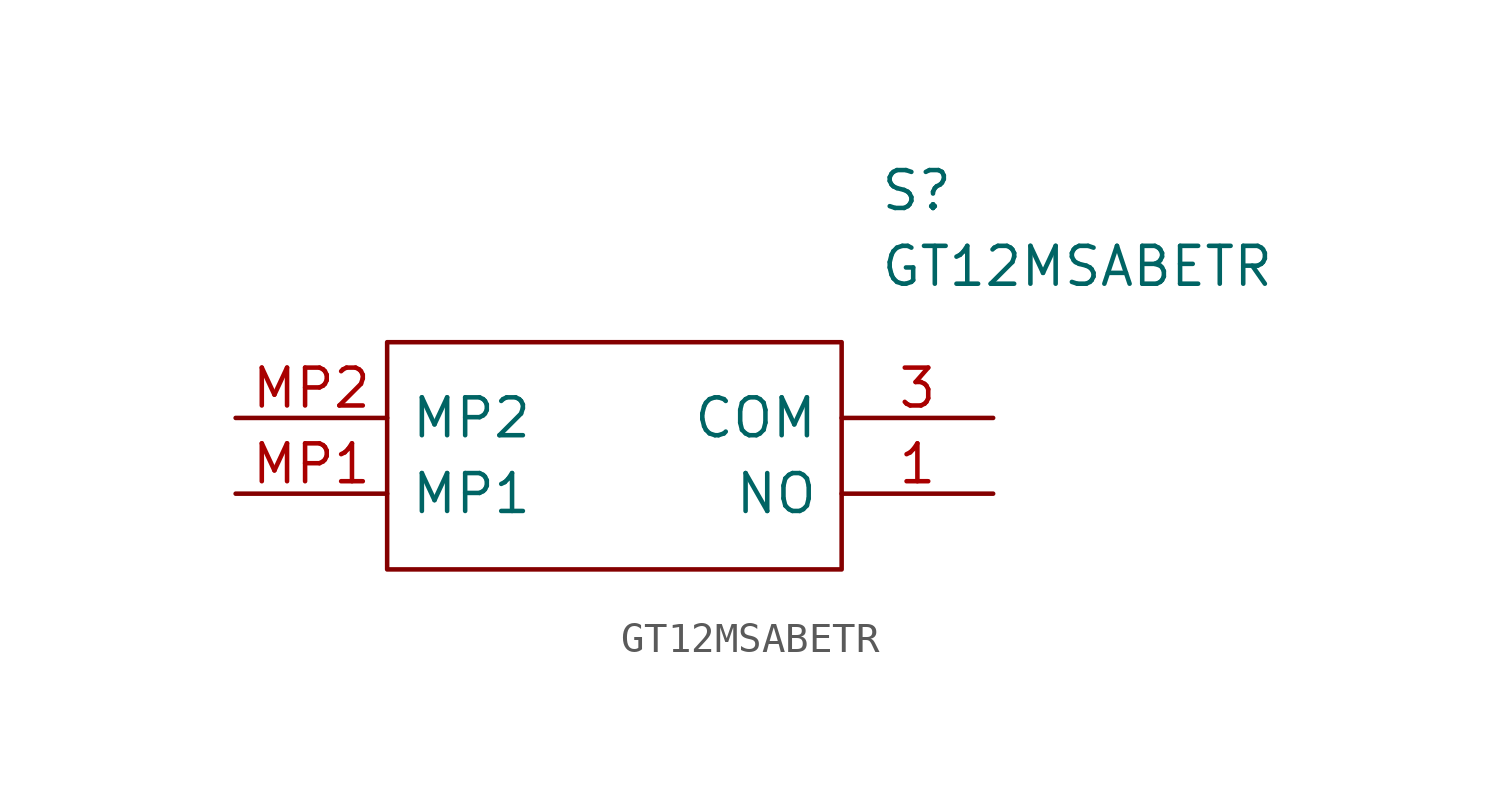
<source format=kicad_sym>
(kicad_symbol_lib
  (version 20211014)
  (generator kicad_symbol_editor)
  (symbol "GT12MSABETR"
    (pin_names
      (offset 0.762))
    (property "Reference" "S"
      (at 21.59 7.62 0)
      (effects (font (size 1.27 1.27)) (justify left)))
    (property "Value" "GT12MSABETR"
      (at 21.59 5.08 0)
      (effects (font (size 1.27 1.27)) (justify left)))
    (symbol "GT12MSABETR_0_0"
      (pin passive line (at 25.4 -2.54 180) (length 5.08) (name "NO" (effects (font (size 1.27 1.27)))) (number "1" (effects (font (size 1.27 1.27)))))
      (pin passive line (at 25.4 0 180) (length 5.08) (name "COM" (effects (font (size 1.27 1.27)))) (number "3" (effects (font (size 1.27 1.27)))))
      (pin passive line (at 0 -2.54 0) (length 5.08) (name "MP1" (effects (font (size 1.27 1.27)))) (number "MP1" (effects (font (size 1.27 1.27)))))
      (pin passive line (at 0 0 0) (length 5.08) (name "MP2" (effects (font (size 1.27 1.27)))) (number "MP2" (effects (font (size 1.27 1.27))))))
    (symbol "GT12MSABETR_0_1"
      (polyline (pts (xy 5.08 2.54) (xy 20.32 2.54) (xy 20.32 -5.08) (xy 5.08 -5.08) (xy 5.08 2.54)) (stroke (width 0.152) (type default) (color 0 0 0 0)) (fill (type none))))))
</source>
